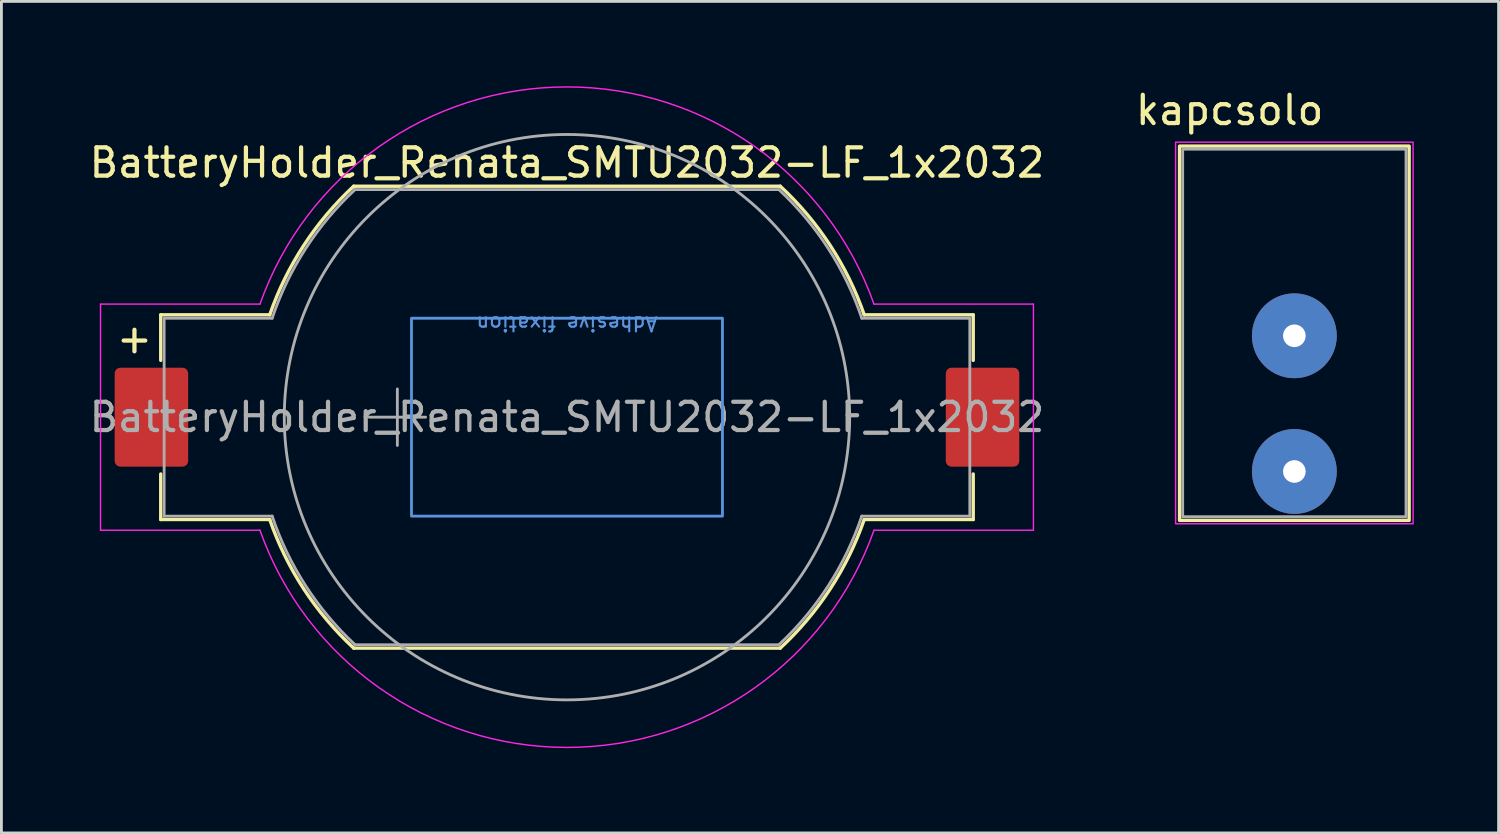
<source format=kicad_pcb>
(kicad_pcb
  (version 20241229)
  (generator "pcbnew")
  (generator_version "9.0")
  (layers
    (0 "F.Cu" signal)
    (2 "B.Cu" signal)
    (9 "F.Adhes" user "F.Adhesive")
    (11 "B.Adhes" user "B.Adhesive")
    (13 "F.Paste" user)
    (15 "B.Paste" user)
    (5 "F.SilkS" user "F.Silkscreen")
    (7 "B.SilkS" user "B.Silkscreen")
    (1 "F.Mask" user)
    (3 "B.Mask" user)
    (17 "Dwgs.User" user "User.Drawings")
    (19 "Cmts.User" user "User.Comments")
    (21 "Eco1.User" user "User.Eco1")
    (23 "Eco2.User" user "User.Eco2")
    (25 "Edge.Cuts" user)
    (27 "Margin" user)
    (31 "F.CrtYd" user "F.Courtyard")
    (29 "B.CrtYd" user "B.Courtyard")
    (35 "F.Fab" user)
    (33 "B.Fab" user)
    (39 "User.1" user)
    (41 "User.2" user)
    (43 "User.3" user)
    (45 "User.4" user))
  (footprint "kapcsolo"
    (layer "F.Cu")
    (at 42.736 4.028)
    (property "Reference" "kapcsolo" (at -2.29 -3.18 0) (unlocked yes) (layer "F.SilkS") (effects (font (size 1 1) (thickness 0.15))))
    (attr through_hole)
    (fp_rect (start -4.06 -1.91) (end 4.06 11.33) (stroke (width 0.12) (type default)) (fill no) (layer "F.SilkS"))
    (fp_rect (start -4.2 -2.05) (end 4.2 11.45) (stroke (width 0.05) (type default)) (fill no) (layer "F.CrtYd"))
    (fp_rect (start -3.95 -1.8) (end 3.95 11.2) (stroke (width 0.1) (type default)) (fill no) (layer "F.Fab"))
    (pad "2" thru_hole circle (at 0 4.8) (size 3 3) (drill 0.8) (layers "*.Cu" "*.Mask"))
    (pad "3" thru_hole circle (at 0 9.6) (size 3 3) (drill 0.8) (layers "*.Cu" "*.Mask")))
  (footprint "BatteryHolder_Renata_SMTU2032-LF_1x2032"
    (layer "F.Cu")
    (at 17.006 11.707)
    (property "Reference" "BatteryHolder_Renata_SMTU2032-LF_1x2032" (at 0 -9 0) (layer "F.SilkS") (effects (font (size 1 1) (thickness 0.15))))
    (attr smd)
    (fp_line (start -14.37 -3.62) (end -10.514 -3.62) (stroke (width 0.12) (type solid)) (layer "F.SilkS"))
    (fp_line (start -14.37 -2.01) (end -14.37 -3.62) (stroke (width 0.12) (type solid)) (layer "F.SilkS"))
    (fp_line (start -14.37 3.62) (end -14.37 2.01) (stroke (width 0.12) (type solid)) (layer "F.SilkS"))
    (fp_line (start -10.514 3.62) (end -14.37 3.62) (stroke (width 0.12) (type solid)) (layer "F.SilkS"))
    (fp_line (start -7.544 -8.17) (end 7.544 -8.17) (stroke (width 0.12) (type solid)) (layer "F.SilkS"))
    (fp_line (start 7.544 8.17) (end -7.544 8.17) (stroke (width 0.12) (type solid)) (layer "F.SilkS"))
    (fp_line (start 10.514 -3.62) (end 14.37 -3.62) (stroke (width 0.12) (type solid)) (layer "F.SilkS"))
    (fp_line (start 14.37 -3.62) (end 14.37 -2.01) (stroke (width 0.12) (type solid)) (layer "F.SilkS"))
    (fp_line (start 14.37 2.01) (end 14.37 3.62) (stroke (width 0.12) (type solid)) (layer "F.SilkS"))
    (fp_line (start 14.37 3.62) (end 10.514 3.62) (stroke (width 0.12) (type solid)) (layer "F.SilkS"))
    (fp_arc (start -10.5143 -3.62) (mid -9.309294 -6.078037) (end -7.5436 -8.17) (stroke (width 0.12) (type solid)) (layer "F.SilkS"))
    (fp_arc (start -7.5436 8.17) (mid -9.309292 6.078035) (end -10.5143 3.62) (stroke (width 0.12) (type solid)) (layer "F.SilkS"))
    (fp_arc (start 7.5436 -8.17) (mid 9.309293 -6.078036) (end 10.5143 -3.62) (stroke (width 0.12) (type solid)) (layer "F.SilkS"))
    (fp_arc (start 10.5143 3.62) (mid 9.309293 6.078036) (end 7.5436 8.17) (stroke (width 0.12) (type solid)) (layer "F.SilkS"))
    (fp_rect (start -5.5 -3.5) (end 5.5 3.5) (stroke (width 0.1) (type default)) (fill no) (layer "Cmts.User"))
    (fp_line (start -16.5 -4) (end -10.86 -4) (stroke (width 0.05) (type solid)) (layer "F.CrtYd"))
    (fp_line (start -16.5 4) (end -16.5 -4) (stroke (width 0.05) (type solid)) (layer "F.CrtYd"))
    (fp_line (start -10.86 4) (end -16.5 4) (stroke (width 0.05) (type solid)) (layer "F.CrtYd"))
    (fp_line (start 10.86 -4) (end 16.5 -4) (stroke (width 0.05) (type solid)) (layer "F.CrtYd"))
    (fp_line (start 16.5 -4) (end 16.5 4) (stroke (width 0.05) (type solid)) (layer "F.CrtYd"))
    (fp_line (start 16.5 4) (end 10.86 4) (stroke (width 0.05) (type solid)) (layer "F.CrtYd"))
    (fp_arc (start -10.86 -4) (mid 0 -11.682196) (end 10.86 -4) (stroke (width 0.05) (type solid)) (layer "F.CrtYd"))
    (fp_arc (start 10.86 4) (mid 0 11.682196) (end -10.86 4) (stroke (width 0.05) (type solid)) (layer "F.CrtYd"))
    (fp_line (start -14.25 -3.5) (end -10.428 -3.5) (stroke (width 0.1) (type solid)) (layer "F.Fab"))
    (fp_line (start -14.25 3.5) (end -14.25 -3.5) (stroke (width 0.1) (type solid)) (layer "F.Fab"))
    (fp_line (start -10.428 3.5) (end -14.25 3.5) (stroke (width 0.1) (type solid)) (layer "F.Fab"))
    (fp_line (start -7.497 -8.05) (end 7.497 -8.05) (stroke (width 0.1) (type solid)) (layer "F.Fab"))
    (fp_line (start -7 0) (end -5 0) (stroke (width 0.1) (type solid)) (layer "F.Fab"))
    (fp_line (start -6 -1) (end -6 1) (stroke (width 0.1) (type solid)) (layer "F.Fab"))
    (fp_line (start 7.497 8.05) (end -7.497 8.05) (stroke (width 0.1) (type solid)) (layer "F.Fab"))
    (fp_line (start 10.428 -3.5) (end 14.25 -3.5) (stroke (width 0.1) (type solid)) (layer "F.Fab"))
    (fp_line (start 14.25 -3.5) (end 14.25 3.5) (stroke (width 0.1) (type solid)) (layer "F.Fab"))
    (fp_line (start 14.25 3.5) (end 10.428 3.5) (stroke (width 0.1) (type solid)) (layer "F.Fab"))
    (fp_arc (start -10.4283 -3.5) (mid -9.246774 -5.958237) (end -7.4965 -8.05) (stroke (width 0.1) (type solid)) (layer "F.Fab"))
    (fp_arc (start -7.4965 8.05) (mid -9.246774 5.958237) (end -10.4283 3.5) (stroke (width 0.1) (type solid)) (layer "F.Fab"))
    (fp_arc (start 7.4965 -8.05) (mid 9.246774 -5.958237) (end 10.4283 -3.5) (stroke (width 0.1) (type solid)) (layer "F.Fab"))
    (fp_arc (start 10.4283 3.5) (mid 9.246774 5.958237) (end 7.4965 8.05) (stroke (width 0.1) (type solid)) (layer "F.Fab"))
    (fp_circle (center 0 0) (end 10 0) (stroke (width 0.1) (type solid)) (fill no) (layer "F.Fab"))
    (fp_text user "+" (at -15.3 -2.785 0) (layer "F.SilkS") (effects (font (size 1 1) (thickness 0.15))))
    (fp_text user "Adhesive fixation" (at 0 -3.6 180) (unlocked yes) (layer "Cmts.User") (effects (font (size 0.5 0.5) (thickness 0.075)) (justify bottom)))
    (fp_text user "${REFERENCE}" (at 0 0 0) (layer "F.Fab") (effects (font (size 1 1) (thickness 0.15))))
    (pad "1" smd roundrect (at -14.7 0 180) (size 2.6 3.5) (layers "F.Cu" "F.Mask" "F.Paste") (roundrect_rratio 0.077))
    (pad "2" smd roundrect (at 14.7 0 180) (size 2.6 3.5) (layers "F.Cu" "F.Mask" "F.Paste") (roundrect_rratio 0.077)))
  (gr_rect
    (start -3 -3)
    (end 49.961 26.414)
    (stroke (width 0.1) (type default))
    (fill no)
    (layer "Edge.Cuts")))
</source>
